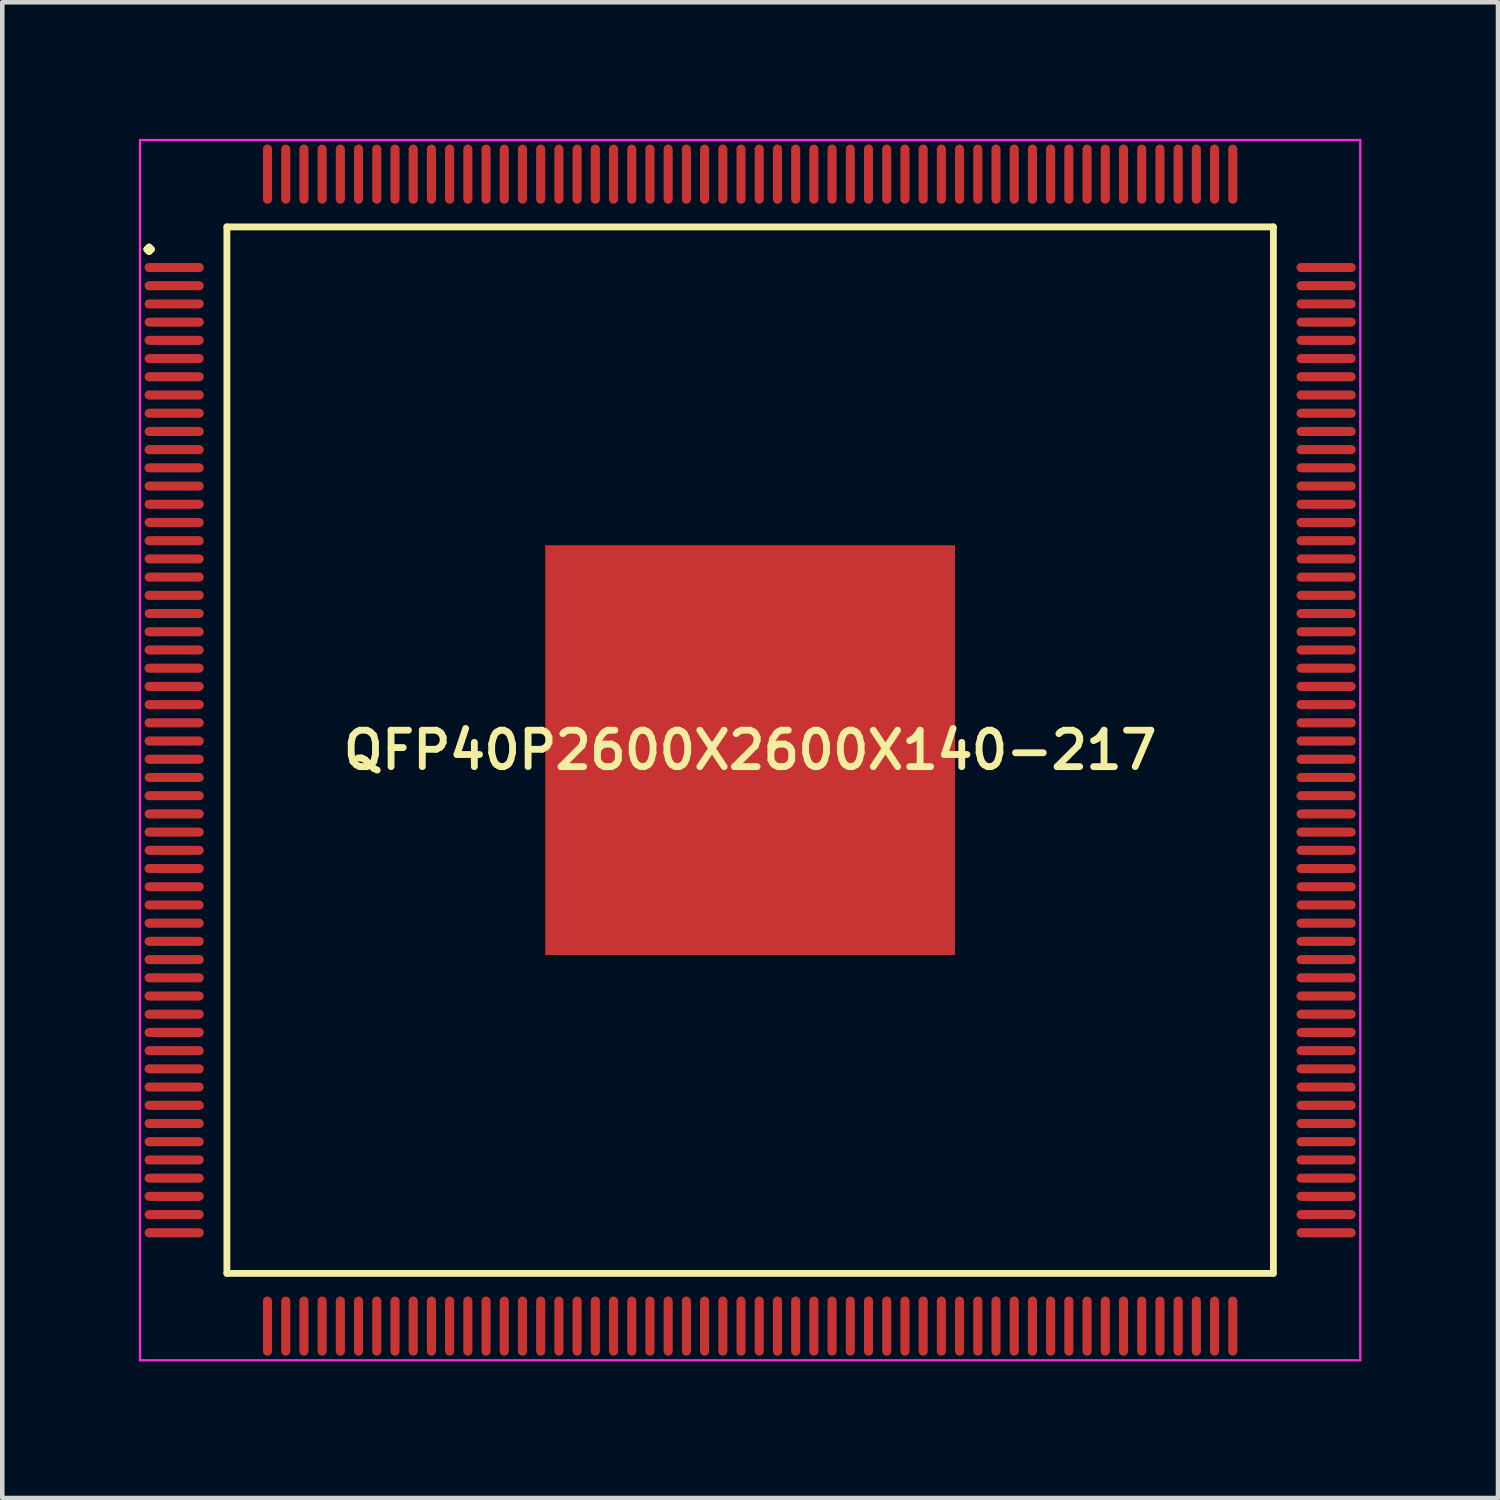
<source format=kicad_pcb>
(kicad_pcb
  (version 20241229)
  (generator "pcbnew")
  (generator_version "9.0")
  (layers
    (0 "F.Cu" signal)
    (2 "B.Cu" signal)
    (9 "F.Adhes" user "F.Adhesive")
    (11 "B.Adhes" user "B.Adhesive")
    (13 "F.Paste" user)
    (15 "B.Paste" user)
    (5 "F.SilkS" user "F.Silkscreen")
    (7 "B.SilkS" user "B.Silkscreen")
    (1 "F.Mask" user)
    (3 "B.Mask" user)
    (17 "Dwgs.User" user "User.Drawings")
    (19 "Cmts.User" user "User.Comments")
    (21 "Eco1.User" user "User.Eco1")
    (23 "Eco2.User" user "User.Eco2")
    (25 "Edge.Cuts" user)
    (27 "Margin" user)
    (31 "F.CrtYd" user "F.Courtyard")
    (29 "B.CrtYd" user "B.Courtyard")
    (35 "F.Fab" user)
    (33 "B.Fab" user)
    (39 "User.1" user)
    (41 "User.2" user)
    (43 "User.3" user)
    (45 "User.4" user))
  (footprint "QFP40P2600X2600X140-217"
    (layer "F.Cu")
    (at 13.425 13.425)
    (property "Reference" "QFP40P2600X2600X140-217" (at 0 0 0) (layer "F.SilkS") (effects (font (size 0.8 0.8) (thickness 0.15))))
    (attr smd)
    (fp_line (start -13.25 -11) (end -13.2 -11.05) (stroke (width 0.15) (type solid)) (layer "F.SilkS"))
    (fp_line (start -13.2 -11.05) (end -13.15 -11) (stroke (width 0.15) (type solid)) (layer "F.SilkS"))
    (fp_line (start -13.2 -10.95) (end -13.25 -11) (stroke (width 0.15) (type solid)) (layer "F.SilkS"))
    (fp_line (start -13.15 -11) (end -13.2 -10.95) (stroke (width 0.15) (type solid)) (layer "F.SilkS"))
    (fp_line (start -11.492 -11.492) (end -11.492 11.492) (stroke (width 0.15) (type solid)) (layer "F.SilkS"))
    (fp_line (start -11.492 11.492) (end 11.492 11.492) (stroke (width 0.15) (type solid)) (layer "F.SilkS"))
    (fp_line (start 11.492 -11.492) (end -11.492 -11.492) (stroke (width 0.15) (type solid)) (layer "F.SilkS"))
    (fp_line (start 11.492 11.492) (end 11.492 -11.492) (stroke (width 0.15) (type solid)) (layer "F.SilkS"))
    (fp_line (start -13.4 -13.4) (end 13.4 -13.4) (stroke (width 0.05) (type solid)) (layer "F.CrtYd"))
    (fp_line (start -13.4 13.4) (end -13.4 -13.4) (stroke (width 0.05) (type solid)) (layer "F.CrtYd"))
    (fp_line (start 13.4 -13.4) (end 13.4 13.4) (stroke (width 0.05) (type solid)) (layer "F.CrtYd"))
    (fp_line (start 13.4 13.4) (end -13.4 13.4) (stroke (width 0.05) (type solid)) (layer "F.CrtYd"))
    (pad "1" smd oval (at -12.65 -10.6) (size 1.3 0.2) (layers "F.Cu" "F.Mask" "F.Paste"))
    (pad "2" smd oval (at -12.65 -10.2) (size 1.3 0.2) (layers "F.Cu" "F.Mask" "F.Paste"))
    (pad "3" smd oval (at -12.65 -9.8) (size 1.3 0.2) (layers "F.Cu" "F.Mask" "F.Paste"))
    (pad "4" smd oval (at -12.65 -9.4) (size 1.3 0.2) (layers "F.Cu" "F.Mask" "F.Paste"))
    (pad "5" smd oval (at -12.65 -9) (size 1.3 0.2) (layers "F.Cu" "F.Mask" "F.Paste"))
    (pad "6" smd oval (at -12.65 -8.6) (size 1.3 0.2) (layers "F.Cu" "F.Mask" "F.Paste"))
    (pad "7" smd oval (at -12.65 -8.2) (size 1.3 0.2) (layers "F.Cu" "F.Mask" "F.Paste"))
    (pad "8" smd oval (at -12.65 -7.8) (size 1.3 0.2) (layers "F.Cu" "F.Mask" "F.Paste"))
    (pad "9" smd oval (at -12.65 -7.4) (size 1.3 0.2) (layers "F.Cu" "F.Mask" "F.Paste"))
    (pad "10" smd oval (at -12.65 -7) (size 1.3 0.2) (layers "F.Cu" "F.Mask" "F.Paste"))
    (pad "11" smd oval (at -12.65 -6.6) (size 1.3 0.2) (layers "F.Cu" "F.Mask" "F.Paste"))
    (pad "12" smd oval (at -12.65 -6.2) (size 1.3 0.2) (layers "F.Cu" "F.Mask" "F.Paste"))
    (pad "13" smd oval (at -12.65 -5.8) (size 1.3 0.2) (layers "F.Cu" "F.Mask" "F.Paste"))
    (pad "14" smd oval (at -12.65 -5.4) (size 1.3 0.2) (layers "F.Cu" "F.Mask" "F.Paste"))
    (pad "15" smd oval (at -12.65 -5) (size 1.3 0.2) (layers "F.Cu" "F.Mask" "F.Paste"))
    (pad "16" smd oval (at -12.65 -4.6) (size 1.3 0.2) (layers "F.Cu" "F.Mask" "F.Paste"))
    (pad "17" smd oval (at -12.65 -4.2) (size 1.3 0.2) (layers "F.Cu" "F.Mask" "F.Paste"))
    (pad "18" smd oval (at -12.65 -3.8) (size 1.3 0.2) (layers "F.Cu" "F.Mask" "F.Paste"))
    (pad "19" smd oval (at -12.65 -3.4) (size 1.3 0.2) (layers "F.Cu" "F.Mask" "F.Paste"))
    (pad "20" smd oval (at -12.65 -3) (size 1.3 0.2) (layers "F.Cu" "F.Mask" "F.Paste"))
    (pad "21" smd oval (at -12.65 -2.6) (size 1.3 0.2) (layers "F.Cu" "F.Mask" "F.Paste"))
    (pad "22" smd oval (at -12.65 -2.2) (size 1.3 0.2) (layers "F.Cu" "F.Mask" "F.Paste"))
    (pad "23" smd oval (at -12.65 -1.8) (size 1.3 0.2) (layers "F.Cu" "F.Mask" "F.Paste"))
    (pad "24" smd oval (at -12.65 -1.4) (size 1.3 0.2) (layers "F.Cu" "F.Mask" "F.Paste"))
    (pad "25" smd oval (at -12.65 -1) (size 1.3 0.2) (layers "F.Cu" "F.Mask" "F.Paste"))
    (pad "26" smd oval (at -12.65 -0.6) (size 1.3 0.2) (layers "F.Cu" "F.Mask" "F.Paste"))
    (pad "27" smd oval (at -12.65 -0.2) (size 1.3 0.2) (layers "F.Cu" "F.Mask" "F.Paste"))
    (pad "28" smd oval (at -12.65 0.2) (size 1.3 0.2) (layers "F.Cu" "F.Mask" "F.Paste"))
    (pad "29" smd oval (at -12.65 0.6) (size 1.3 0.2) (layers "F.Cu" "F.Mask" "F.Paste"))
    (pad "30" smd oval (at -12.65 1) (size 1.3 0.2) (layers "F.Cu" "F.Mask" "F.Paste"))
    (pad "31" smd oval (at -12.65 1.4) (size 1.3 0.2) (layers "F.Cu" "F.Mask" "F.Paste"))
    (pad "32" smd oval (at -12.65 1.8) (size 1.3 0.2) (layers "F.Cu" "F.Mask" "F.Paste"))
    (pad "33" smd oval (at -12.65 2.2) (size 1.3 0.2) (layers "F.Cu" "F.Mask" "F.Paste"))
    (pad "34" smd oval (at -12.65 2.6) (size 1.3 0.2) (layers "F.Cu" "F.Mask" "F.Paste"))
    (pad "35" smd oval (at -12.65 3) (size 1.3 0.2) (layers "F.Cu" "F.Mask" "F.Paste"))
    (pad "36" smd oval (at -12.65 3.4) (size 1.3 0.2) (layers "F.Cu" "F.Mask" "F.Paste"))
    (pad "37" smd oval (at -12.65 3.8) (size 1.3 0.2) (layers "F.Cu" "F.Mask" "F.Paste"))
    (pad "38" smd oval (at -12.65 4.2) (size 1.3 0.2) (layers "F.Cu" "F.Mask" "F.Paste"))
    (pad "39" smd oval (at -12.65 4.6) (size 1.3 0.2) (layers "F.Cu" "F.Mask" "F.Paste"))
    (pad "40" smd oval (at -12.65 5) (size 1.3 0.2) (layers "F.Cu" "F.Mask" "F.Paste"))
    (pad "41" smd oval (at -12.65 5.4) (size 1.3 0.2) (layers "F.Cu" "F.Mask" "F.Paste"))
    (pad "42" smd oval (at -12.65 5.8) (size 1.3 0.2) (layers "F.Cu" "F.Mask" "F.Paste"))
    (pad "43" smd oval (at -12.65 6.2) (size 1.3 0.2) (layers "F.Cu" "F.Mask" "F.Paste"))
    (pad "44" smd oval (at -12.65 6.6) (size 1.3 0.2) (layers "F.Cu" "F.Mask" "F.Paste"))
    (pad "45" smd oval (at -12.65 7) (size 1.3 0.2) (layers "F.Cu" "F.Mask" "F.Paste"))
    (pad "46" smd oval (at -12.65 7.4) (size 1.3 0.2) (layers "F.Cu" "F.Mask" "F.Paste"))
    (pad "47" smd oval (at -12.65 7.8) (size 1.3 0.2) (layers "F.Cu" "F.Mask" "F.Paste"))
    (pad "48" smd oval (at -12.65 8.2) (size 1.3 0.2) (layers "F.Cu" "F.Mask" "F.Paste"))
    (pad "49" smd oval (at -12.65 8.6) (size 1.3 0.2) (layers "F.Cu" "F.Mask" "F.Paste"))
    (pad "50" smd oval (at -12.65 9) (size 1.3 0.2) (layers "F.Cu" "F.Mask" "F.Paste"))
    (pad "51" smd oval (at -12.65 9.4) (size 1.3 0.2) (layers "F.Cu" "F.Mask" "F.Paste"))
    (pad "52" smd oval (at -12.65 9.8) (size 1.3 0.2) (layers "F.Cu" "F.Mask" "F.Paste"))
    (pad "53" smd oval (at -12.65 10.2) (size 1.3 0.2) (layers "F.Cu" "F.Mask" "F.Paste"))
    (pad "54" smd oval (at -12.65 10.6) (size 1.3 0.2) (layers "F.Cu" "F.Mask" "F.Paste"))
    (pad "55" smd oval (at -10.6 12.65) (size 0.2 1.3) (layers "F.Cu" "F.Mask" "F.Paste"))
    (pad "56" smd oval (at -10.2 12.65) (size 0.2 1.3) (layers "F.Cu" "F.Mask" "F.Paste"))
    (pad "57" smd oval (at -9.8 12.65) (size 0.2 1.3) (layers "F.Cu" "F.Mask" "F.Paste"))
    (pad "58" smd oval (at -9.4 12.65) (size 0.2 1.3) (layers "F.Cu" "F.Mask" "F.Paste"))
    (pad "59" smd oval (at -9 12.65) (size 0.2 1.3) (layers "F.Cu" "F.Mask" "F.Paste"))
    (pad "60" smd oval (at -8.6 12.65) (size 0.2 1.3) (layers "F.Cu" "F.Mask" "F.Paste"))
    (pad "61" smd oval (at -8.2 12.65) (size 0.2 1.3) (layers "F.Cu" "F.Mask" "F.Paste"))
    (pad "62" smd oval (at -7.8 12.65) (size 0.2 1.3) (layers "F.Cu" "F.Mask" "F.Paste"))
    (pad "63" smd oval (at -7.4 12.65) (size 0.2 1.3) (layers "F.Cu" "F.Mask" "F.Paste"))
    (pad "64" smd oval (at -7 12.65) (size 0.2 1.3) (layers "F.Cu" "F.Mask" "F.Paste"))
    (pad "65" smd oval (at -6.6 12.65) (size 0.2 1.3) (layers "F.Cu" "F.Mask" "F.Paste"))
    (pad "66" smd oval (at -6.2 12.65) (size 0.2 1.3) (layers "F.Cu" "F.Mask" "F.Paste"))
    (pad "67" smd oval (at -5.8 12.65) (size 0.2 1.3) (layers "F.Cu" "F.Mask" "F.Paste"))
    (pad "68" smd oval (at -5.4 12.65) (size 0.2 1.3) (layers "F.Cu" "F.Mask" "F.Paste"))
    (pad "69" smd oval (at -5 12.65) (size 0.2 1.3) (layers "F.Cu" "F.Mask" "F.Paste"))
    (pad "70" smd oval (at -4.6 12.65) (size 0.2 1.3) (layers "F.Cu" "F.Mask" "F.Paste"))
    (pad "71" smd oval (at -4.2 12.65) (size 0.2 1.3) (layers "F.Cu" "F.Mask" "F.Paste"))
    (pad "72" smd oval (at -3.8 12.65) (size 0.2 1.3) (layers "F.Cu" "F.Mask" "F.Paste"))
    (pad "73" smd oval (at -3.4 12.65) (size 0.2 1.3) (layers "F.Cu" "F.Mask" "F.Paste"))
    (pad "74" smd oval (at -3 12.65) (size 0.2 1.3) (layers "F.Cu" "F.Mask" "F.Paste"))
    (pad "75" smd oval (at -2.6 12.65) (size 0.2 1.3) (layers "F.Cu" "F.Mask" "F.Paste"))
    (pad "76" smd oval (at -2.2 12.65) (size 0.2 1.3) (layers "F.Cu" "F.Mask" "F.Paste"))
    (pad "77" smd oval (at -1.8 12.65) (size 0.2 1.3) (layers "F.Cu" "F.Mask" "F.Paste"))
    (pad "78" smd oval (at -1.4 12.65) (size 0.2 1.3) (layers "F.Cu" "F.Mask" "F.Paste"))
    (pad "79" smd oval (at -1 12.65) (size 0.2 1.3) (layers "F.Cu" "F.Mask" "F.Paste"))
    (pad "80" smd oval (at -0.6 12.65) (size 0.2 1.3) (layers "F.Cu" "F.Mask" "F.Paste"))
    (pad "81" smd oval (at -0.2 12.65) (size 0.2 1.3) (layers "F.Cu" "F.Mask" "F.Paste"))
    (pad "82" smd oval (at 0.2 12.65) (size 0.2 1.3) (layers "F.Cu" "F.Mask" "F.Paste"))
    (pad "83" smd oval (at 0.6 12.65) (size 0.2 1.3) (layers "F.Cu" "F.Mask" "F.Paste"))
    (pad "84" smd oval (at 1 12.65) (size 0.2 1.3) (layers "F.Cu" "F.Mask" "F.Paste"))
    (pad "85" smd oval (at 1.4 12.65) (size 0.2 1.3) (layers "F.Cu" "F.Mask" "F.Paste"))
    (pad "86" smd oval (at 1.8 12.65) (size 0.2 1.3) (layers "F.Cu" "F.Mask" "F.Paste"))
    (pad "87" smd oval (at 2.2 12.65) (size 0.2 1.3) (layers "F.Cu" "F.Mask" "F.Paste"))
    (pad "88" smd oval (at 2.6 12.65) (size 0.2 1.3) (layers "F.Cu" "F.Mask" "F.Paste"))
    (pad "89" smd oval (at 3 12.65) (size 0.2 1.3) (layers "F.Cu" "F.Mask" "F.Paste"))
    (pad "90" smd oval (at 3.4 12.65) (size 0.2 1.3) (layers "F.Cu" "F.Mask" "F.Paste"))
    (pad "91" smd oval (at 3.8 12.65) (size 0.2 1.3) (layers "F.Cu" "F.Mask" "F.Paste"))
    (pad "92" smd oval (at 4.2 12.65) (size 0.2 1.3) (layers "F.Cu" "F.Mask" "F.Paste"))
    (pad "93" smd oval (at 4.6 12.65) (size 0.2 1.3) (layers "F.Cu" "F.Mask" "F.Paste"))
    (pad "94" smd oval (at 5 12.65) (size 0.2 1.3) (layers "F.Cu" "F.Mask" "F.Paste"))
    (pad "95" smd oval (at 5.4 12.65) (size 0.2 1.3) (layers "F.Cu" "F.Mask" "F.Paste"))
    (pad "96" smd oval (at 5.8 12.65) (size 0.2 1.3) (layers "F.Cu" "F.Mask" "F.Paste"))
    (pad "97" smd oval (at 6.2 12.65) (size 0.2 1.3) (layers "F.Cu" "F.Mask" "F.Paste"))
    (pad "98" smd oval (at 6.6 12.65) (size 0.2 1.3) (layers "F.Cu" "F.Mask" "F.Paste"))
    (pad "99" smd oval (at 7 12.65) (size 0.2 1.3) (layers "F.Cu" "F.Mask" "F.Paste"))
    (pad "100" smd oval (at 7.4 12.65) (size 0.2 1.3) (layers "F.Cu" "F.Mask" "F.Paste"))
    (pad "101" smd oval (at 7.8 12.65) (size 0.2 1.3) (layers "F.Cu" "F.Mask" "F.Paste"))
    (pad "102" smd oval (at 8.2 12.65) (size 0.2 1.3) (layers "F.Cu" "F.Mask" "F.Paste"))
    (pad "103" smd oval (at 8.6 12.65) (size 0.2 1.3) (layers "F.Cu" "F.Mask" "F.Paste"))
    (pad "104" smd oval (at 9 12.65) (size 0.2 1.3) (layers "F.Cu" "F.Mask" "F.Paste"))
    (pad "105" smd oval (at 9.4 12.65) (size 0.2 1.3) (layers "F.Cu" "F.Mask" "F.Paste"))
    (pad "106" smd oval (at 9.8 12.65) (size 0.2 1.3) (layers "F.Cu" "F.Mask" "F.Paste"))
    (pad "107" smd oval (at 10.2 12.65) (size 0.2 1.3) (layers "F.Cu" "F.Mask" "F.Paste"))
    (pad "108" smd oval (at 10.6 12.65) (size 0.2 1.3) (layers "F.Cu" "F.Mask" "F.Paste"))
    (pad "109" smd oval (at 12.65 10.6) (size 1.3 0.2) (layers "F.Cu" "F.Mask" "F.Paste"))
    (pad "110" smd oval (at 12.65 10.2) (size 1.3 0.2) (layers "F.Cu" "F.Mask" "F.Paste"))
    (pad "111" smd oval (at 12.65 9.8) (size 1.3 0.2) (layers "F.Cu" "F.Mask" "F.Paste"))
    (pad "112" smd oval (at 12.65 9.4) (size 1.3 0.2) (layers "F.Cu" "F.Mask" "F.Paste"))
    (pad "113" smd oval (at 12.65 9) (size 1.3 0.2) (layers "F.Cu" "F.Mask" "F.Paste"))
    (pad "114" smd oval (at 12.65 8.6) (size 1.3 0.2) (layers "F.Cu" "F.Mask" "F.Paste"))
    (pad "115" smd oval (at 12.65 8.2) (size 1.3 0.2) (layers "F.Cu" "F.Mask" "F.Paste"))
    (pad "116" smd oval (at 12.65 7.8) (size 1.3 0.2) (layers "F.Cu" "F.Mask" "F.Paste"))
    (pad "117" smd oval (at 12.65 7.4) (size 1.3 0.2) (layers "F.Cu" "F.Mask" "F.Paste"))
    (pad "118" smd oval (at 12.65 7) (size 1.3 0.2) (layers "F.Cu" "F.Mask" "F.Paste"))
    (pad "119" smd oval (at 12.65 6.6) (size 1.3 0.2) (layers "F.Cu" "F.Mask" "F.Paste"))
    (pad "120" smd oval (at 12.65 6.2) (size 1.3 0.2) (layers "F.Cu" "F.Mask" "F.Paste"))
    (pad "121" smd oval (at 12.65 5.8) (size 1.3 0.2) (layers "F.Cu" "F.Mask" "F.Paste"))
    (pad "122" smd oval (at 12.65 5.4) (size 1.3 0.2) (layers "F.Cu" "F.Mask" "F.Paste"))
    (pad "123" smd oval (at 12.65 5) (size 1.3 0.2) (layers "F.Cu" "F.Mask" "F.Paste"))
    (pad "124" smd oval (at 12.65 4.6) (size 1.3 0.2) (layers "F.Cu" "F.Mask" "F.Paste"))
    (pad "125" smd oval (at 12.65 4.2) (size 1.3 0.2) (layers "F.Cu" "F.Mask" "F.Paste"))
    (pad "126" smd oval (at 12.65 3.8) (size 1.3 0.2) (layers "F.Cu" "F.Mask" "F.Paste"))
    (pad "127" smd oval (at 12.65 3.4) (size 1.3 0.2) (layers "F.Cu" "F.Mask" "F.Paste"))
    (pad "128" smd oval (at 12.65 3) (size 1.3 0.2) (layers "F.Cu" "F.Mask" "F.Paste"))
    (pad "129" smd oval (at 12.65 2.6) (size 1.3 0.2) (layers "F.Cu" "F.Mask" "F.Paste"))
    (pad "130" smd oval (at 12.65 2.2) (size 1.3 0.2) (layers "F.Cu" "F.Mask" "F.Paste"))
    (pad "131" smd oval (at 12.65 1.8) (size 1.3 0.2) (layers "F.Cu" "F.Mask" "F.Paste"))
    (pad "132" smd oval (at 12.65 1.4) (size 1.3 0.2) (layers "F.Cu" "F.Mask" "F.Paste"))
    (pad "133" smd oval (at 12.65 1) (size 1.3 0.2) (layers "F.Cu" "F.Mask" "F.Paste"))
    (pad "134" smd oval (at 12.65 0.6) (size 1.3 0.2) (layers "F.Cu" "F.Mask" "F.Paste"))
    (pad "135" smd oval (at 12.65 0.2) (size 1.3 0.2) (layers "F.Cu" "F.Mask" "F.Paste"))
    (pad "136" smd oval (at 12.65 -0.2) (size 1.3 0.2) (layers "F.Cu" "F.Mask" "F.Paste"))
    (pad "137" smd oval (at 12.65 -0.6) (size 1.3 0.2) (layers "F.Cu" "F.Mask" "F.Paste"))
    (pad "138" smd oval (at 12.65 -1) (size 1.3 0.2) (layers "F.Cu" "F.Mask" "F.Paste"))
    (pad "139" smd oval (at 12.65 -1.4) (size 1.3 0.2) (layers "F.Cu" "F.Mask" "F.Paste"))
    (pad "140" smd oval (at 12.65 -1.8) (size 1.3 0.2) (layers "F.Cu" "F.Mask" "F.Paste"))
    (pad "141" smd oval (at 12.65 -2.2) (size 1.3 0.2) (layers "F.Cu" "F.Mask" "F.Paste"))
    (pad "142" smd oval (at 12.65 -2.6) (size 1.3 0.2) (layers "F.Cu" "F.Mask" "F.Paste"))
    (pad "143" smd oval (at 12.65 -3) (size 1.3 0.2) (layers "F.Cu" "F.Mask" "F.Paste"))
    (pad "144" smd oval (at 12.65 -3.4) (size 1.3 0.2) (layers "F.Cu" "F.Mask" "F.Paste"))
    (pad "145" smd oval (at 12.65 -3.8) (size 1.3 0.2) (layers "F.Cu" "F.Mask" "F.Paste"))
    (pad "146" smd oval (at 12.65 -4.2) (size 1.3 0.2) (layers "F.Cu" "F.Mask" "F.Paste"))
    (pad "147" smd oval (at 12.65 -4.6) (size 1.3 0.2) (layers "F.Cu" "F.Mask" "F.Paste"))
    (pad "148" smd oval (at 12.65 -5) (size 1.3 0.2) (layers "F.Cu" "F.Mask" "F.Paste"))
    (pad "149" smd oval (at 12.65 -5.4) (size 1.3 0.2) (layers "F.Cu" "F.Mask" "F.Paste"))
    (pad "150" smd oval (at 12.65 -5.8) (size 1.3 0.2) (layers "F.Cu" "F.Mask" "F.Paste"))
    (pad "151" smd oval (at 12.65 -6.2) (size 1.3 0.2) (layers "F.Cu" "F.Mask" "F.Paste"))
    (pad "152" smd oval (at 12.65 -6.6) (size 1.3 0.2) (layers "F.Cu" "F.Mask" "F.Paste"))
    (pad "153" smd oval (at 12.65 -7) (size 1.3 0.2) (layers "F.Cu" "F.Mask" "F.Paste"))
    (pad "154" smd oval (at 12.65 -7.4) (size 1.3 0.2) (layers "F.Cu" "F.Mask" "F.Paste"))
    (pad "155" smd oval (at 12.65 -7.8) (size 1.3 0.2) (layers "F.Cu" "F.Mask" "F.Paste"))
    (pad "156" smd oval (at 12.65 -8.2) (size 1.3 0.2) (layers "F.Cu" "F.Mask" "F.Paste"))
    (pad "157" smd oval (at 12.65 -8.6) (size 1.3 0.2) (layers "F.Cu" "F.Mask" "F.Paste"))
    (pad "158" smd oval (at 12.65 -9) (size 1.3 0.2) (layers "F.Cu" "F.Mask" "F.Paste"))
    (pad "159" smd oval (at 12.65 -9.4) (size 1.3 0.2) (layers "F.Cu" "F.Mask" "F.Paste"))
    (pad "160" smd oval (at 12.65 -9.8) (size 1.3 0.2) (layers "F.Cu" "F.Mask" "F.Paste"))
    (pad "161" smd oval (at 12.65 -10.2) (size 1.3 0.2) (layers "F.Cu" "F.Mask" "F.Paste"))
    (pad "162" smd oval (at 12.65 -10.6) (size 1.3 0.2) (layers "F.Cu" "F.Mask" "F.Paste"))
    (pad "163" smd oval (at 10.6 -12.65) (size 0.2 1.3) (layers "F.Cu" "F.Mask" "F.Paste"))
    (pad "164" smd oval (at 10.2 -12.65) (size 0.2 1.3) (layers "F.Cu" "F.Mask" "F.Paste"))
    (pad "165" smd oval (at 9.8 -12.65) (size 0.2 1.3) (layers "F.Cu" "F.Mask" "F.Paste"))
    (pad "166" smd oval (at 9.4 -12.65) (size 0.2 1.3) (layers "F.Cu" "F.Mask" "F.Paste"))
    (pad "167" smd oval (at 9 -12.65) (size 0.2 1.3) (layers "F.Cu" "F.Mask" "F.Paste"))
    (pad "168" smd oval (at 8.6 -12.65) (size 0.2 1.3) (layers "F.Cu" "F.Mask" "F.Paste"))
    (pad "169" smd oval (at 8.2 -12.65) (size 0.2 1.3) (layers "F.Cu" "F.Mask" "F.Paste"))
    (pad "170" smd oval (at 7.8 -12.65) (size 0.2 1.3) (layers "F.Cu" "F.Mask" "F.Paste"))
    (pad "171" smd oval (at 7.4 -12.65) (size 0.2 1.3) (layers "F.Cu" "F.Mask" "F.Paste"))
    (pad "172" smd oval (at 7 -12.65) (size 0.2 1.3) (layers "F.Cu" "F.Mask" "F.Paste"))
    (pad "173" smd oval (at 6.6 -12.65) (size 0.2 1.3) (layers "F.Cu" "F.Mask" "F.Paste"))
    (pad "174" smd oval (at 6.2 -12.65) (size 0.2 1.3) (layers "F.Cu" "F.Mask" "F.Paste"))
    (pad "175" smd oval (at 5.8 -12.65) (size 0.2 1.3) (layers "F.Cu" "F.Mask" "F.Paste"))
    (pad "176" smd oval (at 5.4 -12.65) (size 0.2 1.3) (layers "F.Cu" "F.Mask" "F.Paste"))
    (pad "177" smd oval (at 5 -12.65) (size 0.2 1.3) (layers "F.Cu" "F.Mask" "F.Paste"))
    (pad "178" smd oval (at 4.6 -12.65) (size 0.2 1.3) (layers "F.Cu" "F.Mask" "F.Paste"))
    (pad "179" smd oval (at 4.2 -12.65) (size 0.2 1.3) (layers "F.Cu" "F.Mask" "F.Paste"))
    (pad "180" smd oval (at 3.8 -12.65) (size 0.2 1.3) (layers "F.Cu" "F.Mask" "F.Paste"))
    (pad "181" smd oval (at 3.4 -12.65) (size 0.2 1.3) (layers "F.Cu" "F.Mask" "F.Paste"))
    (pad "182" smd oval (at 3 -12.65) (size 0.2 1.3) (layers "F.Cu" "F.Mask" "F.Paste"))
    (pad "183" smd oval (at 2.6 -12.65) (size 0.2 1.3) (layers "F.Cu" "F.Mask" "F.Paste"))
    (pad "184" smd oval (at 2.2 -12.65) (size 0.2 1.3) (layers "F.Cu" "F.Mask" "F.Paste"))
    (pad "185" smd oval (at 1.8 -12.65) (size 0.2 1.3) (layers "F.Cu" "F.Mask" "F.Paste"))
    (pad "186" smd oval (at 1.4 -12.65) (size 0.2 1.3) (layers "F.Cu" "F.Mask" "F.Paste"))
    (pad "187" smd oval (at 1 -12.65) (size 0.2 1.3) (layers "F.Cu" "F.Mask" "F.Paste"))
    (pad "188" smd oval (at 0.6 -12.65) (size 0.2 1.3) (layers "F.Cu" "F.Mask" "F.Paste"))
    (pad "189" smd oval (at 0.2 -12.65) (size 0.2 1.3) (layers "F.Cu" "F.Mask" "F.Paste"))
    (pad "190" smd oval (at -0.2 -12.65) (size 0.2 1.3) (layers "F.Cu" "F.Mask" "F.Paste"))
    (pad "191" smd oval (at -0.6 -12.65) (size 0.2 1.3) (layers "F.Cu" "F.Mask" "F.Paste"))
    (pad "192" smd oval (at -1 -12.65) (size 0.2 1.3) (layers "F.Cu" "F.Mask" "F.Paste"))
    (pad "193" smd oval (at -1.4 -12.65) (size 0.2 1.3) (layers "F.Cu" "F.Mask" "F.Paste"))
    (pad "194" smd oval (at -1.8 -12.65) (size 0.2 1.3) (layers "F.Cu" "F.Mask" "F.Paste"))
    (pad "195" smd oval (at -2.2 -12.65) (size 0.2 1.3) (layers "F.Cu" "F.Mask" "F.Paste"))
    (pad "196" smd oval (at -2.6 -12.65) (size 0.2 1.3) (layers "F.Cu" "F.Mask" "F.Paste"))
    (pad "197" smd oval (at -3 -12.65) (size 0.2 1.3) (layers "F.Cu" "F.Mask" "F.Paste"))
    (pad "198" smd oval (at -3.4 -12.65) (size 0.2 1.3) (layers "F.Cu" "F.Mask" "F.Paste"))
    (pad "199" smd oval (at -3.8 -12.65) (size 0.2 1.3) (layers "F.Cu" "F.Mask" "F.Paste"))
    (pad "200" smd oval (at -4.2 -12.65) (size 0.2 1.3) (layers "F.Cu" "F.Mask" "F.Paste"))
    (pad "201" smd oval (at -4.6 -12.65) (size 0.2 1.3) (layers "F.Cu" "F.Mask" "F.Paste"))
    (pad "202" smd oval (at -5 -12.65) (size 0.2 1.3) (layers "F.Cu" "F.Mask" "F.Paste"))
    (pad "203" smd oval (at -5.4 -12.65) (size 0.2 1.3) (layers "F.Cu" "F.Mask" "F.Paste"))
    (pad "204" smd oval (at -5.8 -12.65) (size 0.2 1.3) (layers "F.Cu" "F.Mask" "F.Paste"))
    (pad "205" smd oval (at -6.2 -12.65) (size 0.2 1.3) (layers "F.Cu" "F.Mask" "F.Paste"))
    (pad "206" smd oval (at -6.6 -12.65) (size 0.2 1.3) (layers "F.Cu" "F.Mask" "F.Paste"))
    (pad "207" smd oval (at -7 -12.65) (size 0.2 1.3) (layers "F.Cu" "F.Mask" "F.Paste"))
    (pad "208" smd oval (at -7.4 -12.65) (size 0.2 1.3) (layers "F.Cu" "F.Mask" "F.Paste"))
    (pad "209" smd oval (at -7.8 -12.65) (size 0.2 1.3) (layers "F.Cu" "F.Mask" "F.Paste"))
    (pad "210" smd oval (at -8.2 -12.65) (size 0.2 1.3) (layers "F.Cu" "F.Mask" "F.Paste"))
    (pad "211" smd oval (at -8.6 -12.65) (size 0.2 1.3) (layers "F.Cu" "F.Mask" "F.Paste"))
    (pad "212" smd oval (at -9 -12.65) (size 0.2 1.3) (layers "F.Cu" "F.Mask" "F.Paste"))
    (pad "213" smd oval (at -9.4 -12.65) (size 0.2 1.3) (layers "F.Cu" "F.Mask" "F.Paste"))
    (pad "214" smd oval (at -9.8 -12.65) (size 0.2 1.3) (layers "F.Cu" "F.Mask" "F.Paste"))
    (pad "215" smd oval (at -10.2 -12.65) (size 0.2 1.3) (layers "F.Cu" "F.Mask" "F.Paste"))
    (pad "216" smd oval (at -10.6 -12.65) (size 0.2 1.3) (layers "F.Cu" "F.Mask" "F.Paste"))
    (pad "217" smd rect (at 0 0) (size 9 9) (layers "F.Cu" "F.Mask" "F.Paste")))
  (gr_rect
    (start -3 -3)
    (end 29.85 29.85)
    (stroke (width 0.1) (type default))
    (fill no)
    (layer "Edge.Cuts")))
</source>
